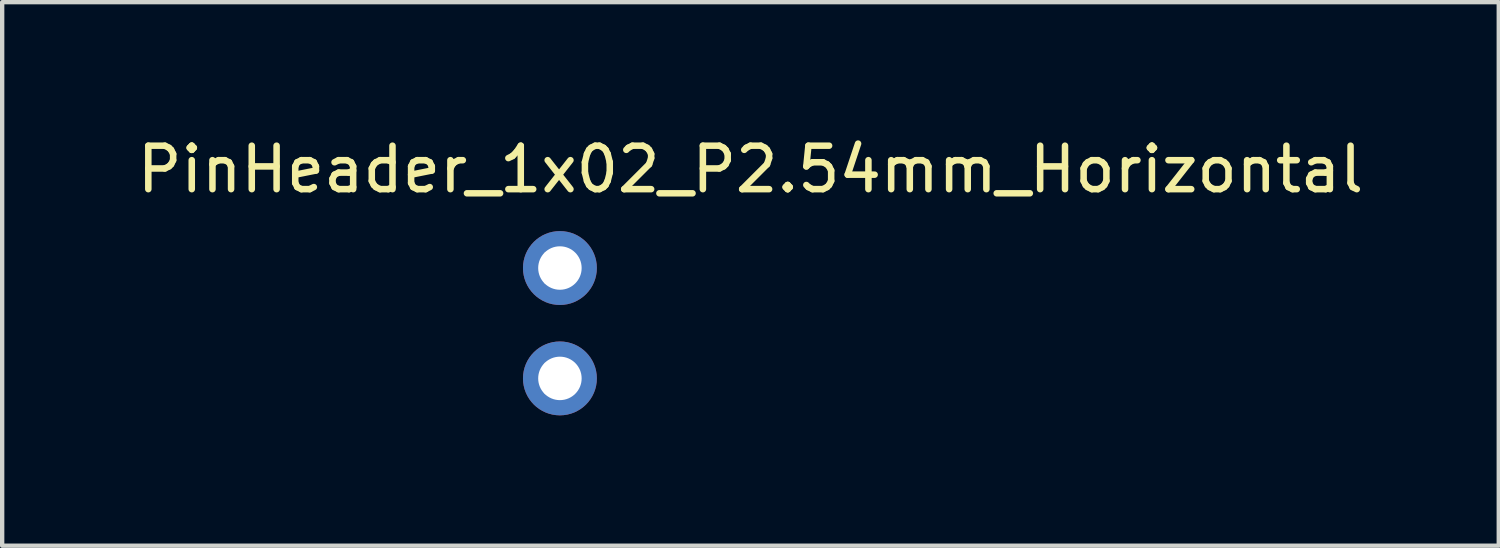
<source format=kicad_pcb>
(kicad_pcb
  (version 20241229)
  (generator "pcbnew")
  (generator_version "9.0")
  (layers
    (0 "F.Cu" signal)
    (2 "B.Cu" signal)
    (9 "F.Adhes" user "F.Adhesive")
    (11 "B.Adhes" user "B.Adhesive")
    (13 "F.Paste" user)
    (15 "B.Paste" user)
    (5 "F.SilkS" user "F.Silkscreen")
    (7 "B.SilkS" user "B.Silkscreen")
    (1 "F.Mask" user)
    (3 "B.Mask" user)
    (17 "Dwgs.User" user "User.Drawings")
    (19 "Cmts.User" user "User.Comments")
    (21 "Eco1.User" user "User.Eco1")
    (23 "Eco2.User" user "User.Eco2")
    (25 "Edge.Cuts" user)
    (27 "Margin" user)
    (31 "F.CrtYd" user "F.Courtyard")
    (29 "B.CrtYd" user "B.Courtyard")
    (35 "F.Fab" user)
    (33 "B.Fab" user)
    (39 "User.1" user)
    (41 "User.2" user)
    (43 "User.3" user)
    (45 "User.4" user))
  (footprint "PinHeader_1x02_P2.54mm_Horizontal"
    (layer "F.Cu")
    (at 9.835 3.118)
    (property "Reference" "PinHeader_1x02_P2.54mm_Horizontal" (at 4.385 -2.27 0) (layer "F.SilkS") (effects (font (size 1 1) (thickness 0.15))))
    (attr through_hole)
    (fp_line (start -0.32 -0.32) (end -0.32 0.32) (stroke (width 0.1) (type solid)) (layer "F.Fab"))
    (fp_line (start -0.32 2.22) (end -0.32 2.86) (stroke (width 0.1) (type solid)) (layer "F.Fab"))
    (pad "1" thru_hole circle (at 0 0) (size 1.7 1.7) (drill 1) (layers "*.Cu" "*.Mask"))
    (pad "2" thru_hole circle (at 0 2.54) (size 1.7 1.7) (drill 1) (layers "*.Cu" "*.Mask")))
  (gr_rect
    (start -3 -3)
    (end 31.44 9.508)
    (stroke (width 0.1) (type default))
    (fill no)
    (layer "Edge.Cuts")))
</source>
